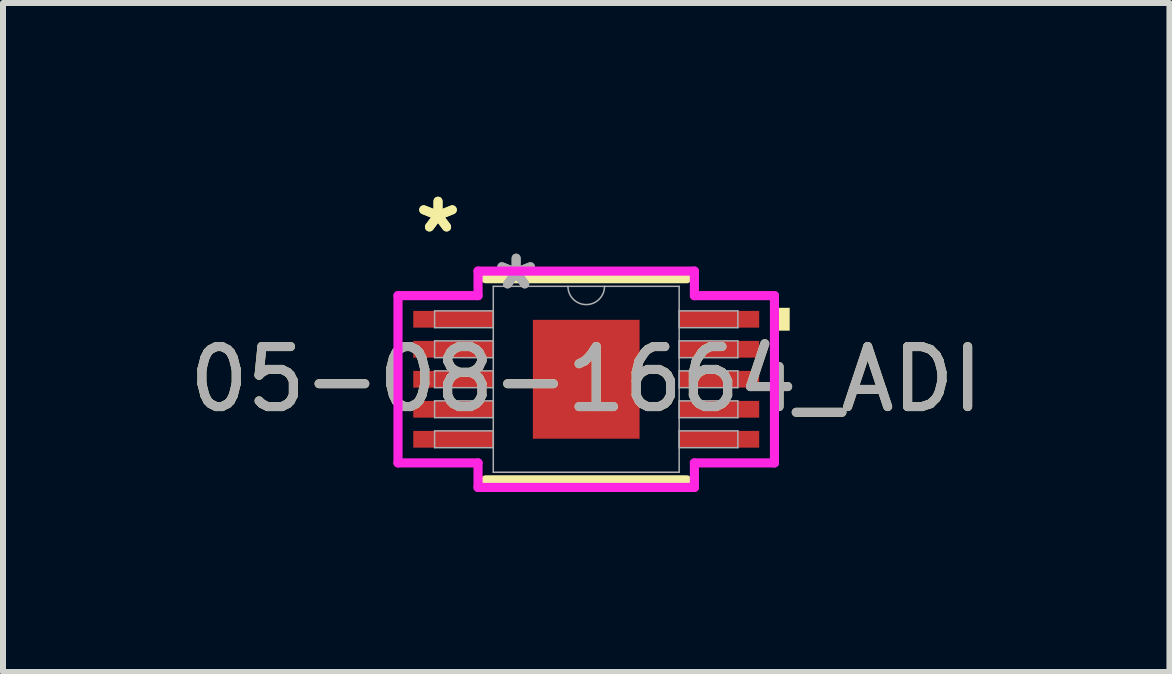
<source format=kicad_pcb>
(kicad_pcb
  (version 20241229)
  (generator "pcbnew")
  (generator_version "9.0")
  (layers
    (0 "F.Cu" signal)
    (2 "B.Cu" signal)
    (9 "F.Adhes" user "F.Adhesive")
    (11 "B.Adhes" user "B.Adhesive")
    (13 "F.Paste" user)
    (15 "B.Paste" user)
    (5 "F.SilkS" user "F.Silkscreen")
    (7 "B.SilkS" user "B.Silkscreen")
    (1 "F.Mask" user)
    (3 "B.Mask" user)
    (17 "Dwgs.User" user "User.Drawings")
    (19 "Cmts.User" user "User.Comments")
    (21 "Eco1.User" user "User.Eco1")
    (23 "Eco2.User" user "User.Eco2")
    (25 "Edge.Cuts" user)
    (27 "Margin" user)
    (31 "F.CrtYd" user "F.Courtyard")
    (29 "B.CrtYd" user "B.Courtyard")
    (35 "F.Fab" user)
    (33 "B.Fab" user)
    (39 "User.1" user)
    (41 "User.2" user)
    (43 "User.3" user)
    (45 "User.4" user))
  (footprint "05-08-1664_ADI"
    (layer "F.Cu")
    (at 6.72 3.271)
    (property "Reference" "05-08-1664_ADI" (at 0 0 0) (unlocked yes) (layer "F.SilkS") (effects (font (size 1 1) (thickness 0.15))))
    (attr smd)
    (fp_line (start -1.676 1.676) (end 1.676 1.676) (stroke (width 0.152) (type solid)) (layer "F.SilkS"))
    (fp_line (start 1.676 -1.676) (end -1.676 -1.676) (stroke (width 0.152) (type solid)) (layer "F.SilkS"))
    (fp_poly (pts (xy 3.391 -1.191) (xy 3.391 -0.81) (xy 3.137 -0.81) (xy 3.137 -1.191)) (stroke (width 0) (type solid)) (fill yes) (layer "F.SilkS"))
    (fp_line (start -3.137 -1.394) (end -1.803 -1.394) (stroke (width 0.152) (type solid)) (layer "F.CrtYd"))
    (fp_line (start -3.137 1.394) (end -3.137 -1.394) (stroke (width 0.152) (type solid)) (layer "F.CrtYd"))
    (fp_line (start -3.137 1.394) (end -1.803 1.394) (stroke (width 0.152) (type solid)) (layer "F.CrtYd"))
    (fp_line (start -1.803 -1.803) (end 1.803 -1.803) (stroke (width 0.152) (type solid)) (layer "F.CrtYd"))
    (fp_line (start -1.803 -1.394) (end -1.803 -1.803) (stroke (width 0.152) (type solid)) (layer "F.CrtYd"))
    (fp_line (start -1.803 1.803) (end -1.803 1.394) (stroke (width 0.152) (type solid)) (layer "F.CrtYd"))
    (fp_line (start 1.803 -1.803) (end 1.803 -1.394) (stroke (width 0.152) (type solid)) (layer "F.CrtYd"))
    (fp_line (start 1.803 1.394) (end 1.803 1.803) (stroke (width 0.152) (type solid)) (layer "F.CrtYd"))
    (fp_line (start 1.803 1.803) (end -1.803 1.803) (stroke (width 0.152) (type solid)) (layer "F.CrtYd"))
    (fp_line (start 3.137 -1.394) (end 1.803 -1.394) (stroke (width 0.152) (type solid)) (layer "F.CrtYd"))
    (fp_line (start 3.137 -1.394) (end 3.137 1.394) (stroke (width 0.152) (type solid)) (layer "F.CrtYd"))
    (fp_line (start 3.137 1.394) (end 1.803 1.394) (stroke (width 0.152) (type solid)) (layer "F.CrtYd"))
    (fp_line (start -2.527 -1.14) (end -2.527 -0.86) (stroke (width 0.025) (type solid)) (layer "F.Fab"))
    (fp_line (start -2.527 -0.86) (end -1.549 -0.86) (stroke (width 0.025) (type solid)) (layer "F.Fab"))
    (fp_line (start -2.527 -0.64) (end -2.527 -0.36) (stroke (width 0.025) (type solid)) (layer "F.Fab"))
    (fp_line (start -2.527 -0.36) (end -1.549 -0.36) (stroke (width 0.025) (type solid)) (layer "F.Fab"))
    (fp_line (start -2.527 -0.14) (end -2.527 0.14) (stroke (width 0.025) (type solid)) (layer "F.Fab"))
    (fp_line (start -2.527 0.14) (end -1.549 0.14) (stroke (width 0.025) (type solid)) (layer "F.Fab"))
    (fp_line (start -2.527 0.36) (end -2.527 0.64) (stroke (width 0.025) (type solid)) (layer "F.Fab"))
    (fp_line (start -2.527 0.64) (end -1.549 0.64) (stroke (width 0.025) (type solid)) (layer "F.Fab"))
    (fp_line (start -2.527 0.86) (end -2.527 1.14) (stroke (width 0.025) (type solid)) (layer "F.Fab"))
    (fp_line (start -2.527 1.14) (end -1.549 1.14) (stroke (width 0.025) (type solid)) (layer "F.Fab"))
    (fp_line (start -1.549 -1.549) (end -1.549 1.549) (stroke (width 0.025) (type solid)) (layer "F.Fab"))
    (fp_line (start -1.549 -1.14) (end -2.527 -1.14) (stroke (width 0.025) (type solid)) (layer "F.Fab"))
    (fp_line (start -1.549 -0.86) (end -1.549 -1.14) (stroke (width 0.025) (type solid)) (layer "F.Fab"))
    (fp_line (start -1.549 -0.64) (end -2.527 -0.64) (stroke (width 0.025) (type solid)) (layer "F.Fab"))
    (fp_line (start -1.549 -0.36) (end -1.549 -0.64) (stroke (width 0.025) (type solid)) (layer "F.Fab"))
    (fp_line (start -1.549 -0.14) (end -2.527 -0.14) (stroke (width 0.025) (type solid)) (layer "F.Fab"))
    (fp_line (start -1.549 0.14) (end -1.549 -0.14) (stroke (width 0.025) (type solid)) (layer "F.Fab"))
    (fp_line (start -1.549 0.36) (end -2.527 0.36) (stroke (width 0.025) (type solid)) (layer "F.Fab"))
    (fp_line (start -1.549 0.64) (end -1.549 0.36) (stroke (width 0.025) (type solid)) (layer "F.Fab"))
    (fp_line (start -1.549 0.86) (end -2.527 0.86) (stroke (width 0.025) (type solid)) (layer "F.Fab"))
    (fp_line (start -1.549 1.14) (end -1.549 0.86) (stroke (width 0.025) (type solid)) (layer "F.Fab"))
    (fp_line (start -1.549 1.549) (end 1.549 1.549) (stroke (width 0.025) (type solid)) (layer "F.Fab"))
    (fp_line (start 1.549 -1.549) (end -1.549 -1.549) (stroke (width 0.025) (type solid)) (layer "F.Fab"))
    (fp_line (start 1.549 -1.14) (end 1.549 -0.86) (stroke (width 0.025) (type solid)) (layer "F.Fab"))
    (fp_line (start 1.549 -0.86) (end 2.527 -0.86) (stroke (width 0.025) (type solid)) (layer "F.Fab"))
    (fp_line (start 1.549 -0.64) (end 1.549 -0.36) (stroke (width 0.025) (type solid)) (layer "F.Fab"))
    (fp_line (start 1.549 -0.36) (end 2.527 -0.36) (stroke (width 0.025) (type solid)) (layer "F.Fab"))
    (fp_line (start 1.549 -0.14) (end 1.549 0.14) (stroke (width 0.025) (type solid)) (layer "F.Fab"))
    (fp_line (start 1.549 0.14) (end 2.527 0.14) (stroke (width 0.025) (type solid)) (layer "F.Fab"))
    (fp_line (start 1.549 0.36) (end 1.549 0.64) (stroke (width 0.025) (type solid)) (layer "F.Fab"))
    (fp_line (start 1.549 0.64) (end 2.527 0.64) (stroke (width 0.025) (type solid)) (layer "F.Fab"))
    (fp_line (start 1.549 0.86) (end 1.549 1.14) (stroke (width 0.025) (type solid)) (layer "F.Fab"))
    (fp_line (start 1.549 1.14) (end 2.527 1.14) (stroke (width 0.025) (type solid)) (layer "F.Fab"))
    (fp_line (start 1.549 1.549) (end 1.549 -1.549) (stroke (width 0.025) (type solid)) (layer "F.Fab"))
    (fp_line (start 2.527 -1.14) (end 1.549 -1.14) (stroke (width 0.025) (type solid)) (layer "F.Fab"))
    (fp_line (start 2.527 -0.86) (end 2.527 -1.14) (stroke (width 0.025) (type solid)) (layer "F.Fab"))
    (fp_line (start 2.527 -0.64) (end 1.549 -0.64) (stroke (width 0.025) (type solid)) (layer "F.Fab"))
    (fp_line (start 2.527 -0.36) (end 2.527 -0.64) (stroke (width 0.025) (type solid)) (layer "F.Fab"))
    (fp_line (start 2.527 -0.14) (end 1.549 -0.14) (stroke (width 0.025) (type solid)) (layer "F.Fab"))
    (fp_line (start 2.527 0.14) (end 2.527 -0.14) (stroke (width 0.025) (type solid)) (layer "F.Fab"))
    (fp_line (start 2.527 0.36) (end 1.549 0.36) (stroke (width 0.025) (type solid)) (layer "F.Fab"))
    (fp_line (start 2.527 0.64) (end 2.527 0.36) (stroke (width 0.025) (type solid)) (layer "F.Fab"))
    (fp_line (start 2.527 0.86) (end 1.549 0.86) (stroke (width 0.025) (type solid)) (layer "F.Fab"))
    (fp_line (start 2.527 1.14) (end 2.527 0.86) (stroke (width 0.025) (type solid)) (layer "F.Fab"))
    (fp_arc (start 0.3048 -1.5494) (mid 0 -1.2446) (end -0.3048 -1.5494) (stroke (width 0.0254) (type solid)) (layer "F.Fab"))
    (fp_text user "*" (at -2.47 -2.422 0) (layer "F.SilkS") (effects (font (size 1 1) (thickness 0.15))))
    (fp_text user "*" (at -2.47 -2.422 0) (unlocked yes) (layer "F.SilkS") (effects (font (size 1 1) (thickness 0.15))))
    (fp_text user "*" (at -1.168 -1.473 0) (layer "F.Fab") (effects (font (size 1 1) (thickness 0.15))))
    (fp_text user "${REFERENCE}" (at 0 0 0) (unlocked yes) (layer "F.Fab") (effects (font (size 1 1) (thickness 0.15))))
    (fp_text user "*" (at -1.168 -1.473 0) (unlocked yes) (layer "F.Fab") (effects (font (size 1 1) (thickness 0.15))))
    (pad "1" smd rect (at -2.216 -1) (size 1.333 0.279) (layers "F.Cu" "F.Mask" "F.Paste"))
    (pad "2" smd rect (at -2.216 -0.5) (size 1.333 0.279) (layers "F.Cu" "F.Mask" "F.Paste"))
    (pad "3" smd rect (at -2.216 0) (size 1.333 0.279) (layers "F.Cu" "F.Mask" "F.Paste"))
    (pad "4" smd rect (at -2.216 0.5) (size 1.333 0.279) (layers "F.Cu" "F.Mask" "F.Paste"))
    (pad "5" smd rect (at -2.216 1) (size 1.333 0.279) (layers "F.Cu" "F.Mask" "F.Paste"))
    (pad "6" smd rect (at 2.216 1) (size 1.333 0.279) (layers "F.Cu" "F.Mask" "F.Paste"))
    (pad "7" smd rect (at 2.216 0.5) (size 1.333 0.279) (layers "F.Cu" "F.Mask" "F.Paste"))
    (pad "8" smd rect (at 2.216 0) (size 1.333 0.279) (layers "F.Cu" "F.Mask" "F.Paste"))
    (pad "9" smd rect (at 2.216 -0.5) (size 1.333 0.279) (layers "F.Cu" "F.Mask" "F.Paste"))
    (pad "10" smd rect (at 2.216 -1) (size 1.333 0.279) (layers "F.Cu" "F.Mask" "F.Paste"))
    (pad "11" smd rect (at 0 0) (size 1.778 1.981) (layers "F.Cu" "F.Mask" "F.Paste")))
  (gr_rect
    (start -3 -3)
    (end 16.44 8.15)
    (stroke (width 0.1) (type default))
    (fill no)
    (layer "Edge.Cuts")))
</source>
